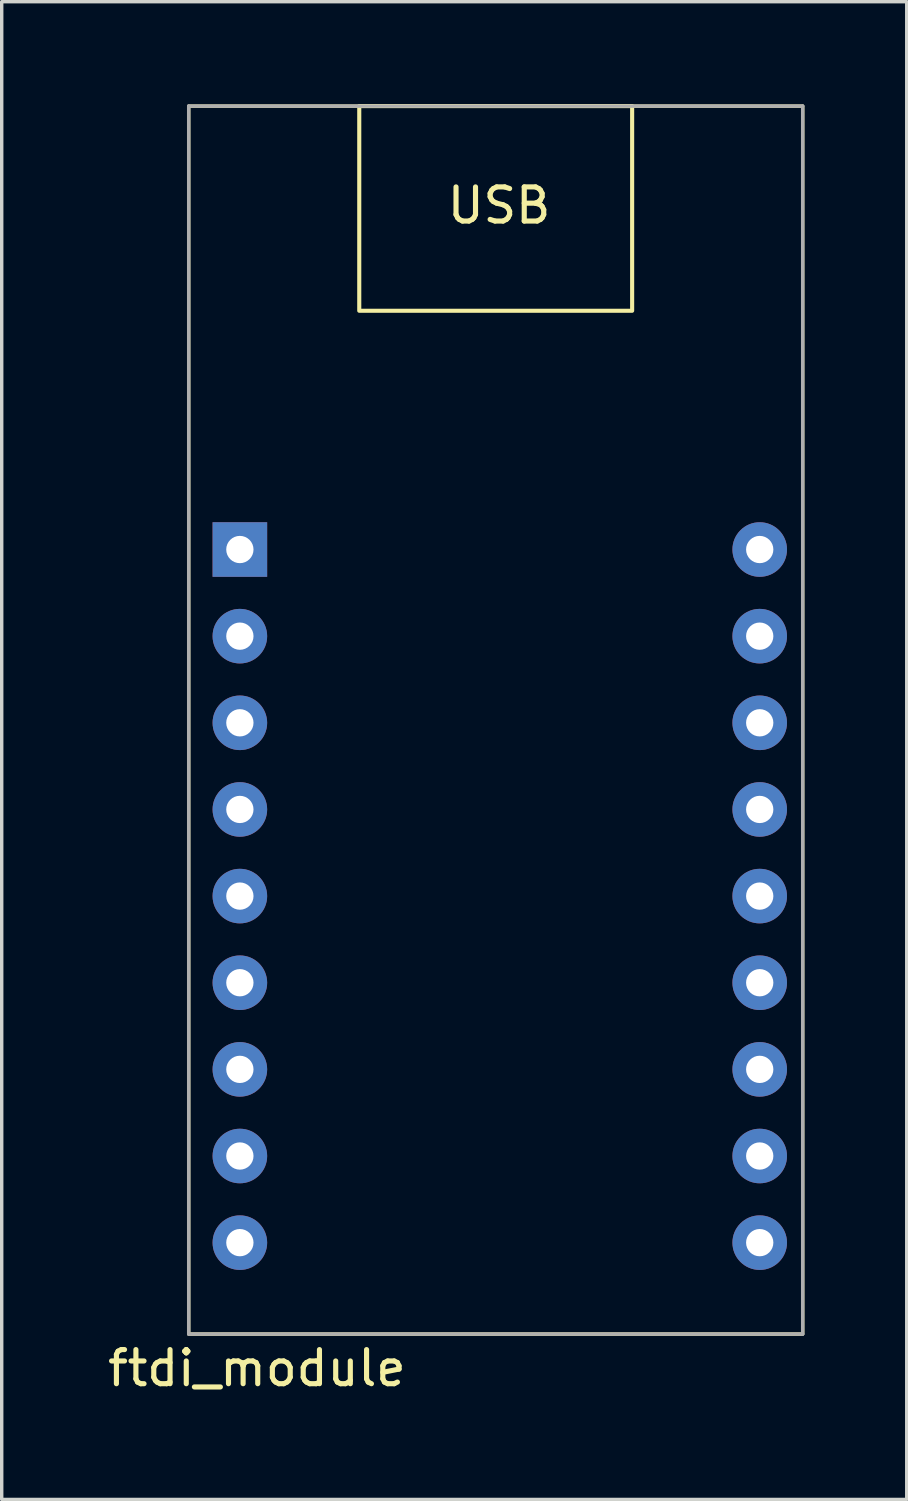
<source format=kicad_pcb>
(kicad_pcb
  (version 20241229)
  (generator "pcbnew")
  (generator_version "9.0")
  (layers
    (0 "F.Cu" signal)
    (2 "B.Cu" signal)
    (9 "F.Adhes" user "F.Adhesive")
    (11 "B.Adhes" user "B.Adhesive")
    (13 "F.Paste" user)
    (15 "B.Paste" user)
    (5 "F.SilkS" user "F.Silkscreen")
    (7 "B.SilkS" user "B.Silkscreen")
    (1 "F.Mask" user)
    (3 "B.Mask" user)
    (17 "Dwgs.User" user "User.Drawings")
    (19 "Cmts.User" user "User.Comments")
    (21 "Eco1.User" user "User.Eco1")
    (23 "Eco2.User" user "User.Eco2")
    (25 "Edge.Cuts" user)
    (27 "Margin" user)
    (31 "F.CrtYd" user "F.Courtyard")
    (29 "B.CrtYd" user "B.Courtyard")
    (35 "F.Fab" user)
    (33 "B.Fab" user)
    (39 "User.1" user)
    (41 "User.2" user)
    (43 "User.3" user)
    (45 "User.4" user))
  (footprint "ftdi_module"
    (layer "F.Cu")
    (at 3.982 13.06)
    (property "Reference" "ftdi_module" (at 0.5 24 0) (unlocked yes) (layer "F.SilkS") (effects (font (size 1 1) (thickness 0.15))))
    (attr through_hole)
    (fp_rect (start -1.5 -13) (end 16.5 23) (stroke (width 0.1) (type default)) (fill no) (layer "F.SilkS"))
    (fp_rect (start 3.5 -13) (end 11.5 -7) (stroke (width 0.12) (type default)) (fill no) (layer "F.SilkS"))
    (fp_line (start -1.5 -13) (end 16.5 -13) (stroke (width 0.1) (type default)) (layer "F.Fab"))
    (fp_line (start -1.5 23) (end -1.5 -13) (stroke (width 0.1) (type default)) (layer "F.Fab"))
    (fp_line (start 16.5 -13) (end 16.5 23) (stroke (width 0.1) (type default)) (layer "F.Fab"))
    (fp_line (start 16.5 23) (end -1.5 23) (stroke (width 0.1) (type default)) (layer "F.Fab"))
    (fp_text user "USB" (at 6 -9.5 0) (unlocked yes) (layer "F.SilkS") (effects (font (size 1 1) (thickness 0.15)) (justify left bottom)))
    (pad "1" thru_hole rect (at 0 0) (size 1.6 1.6) (drill 0.8) (layers "*.Cu" "*.Mask"))
    (pad "2" thru_hole oval (at 0 2.54) (size 1.6 1.6) (drill 0.8) (layers "*.Cu" "*.Mask"))
    (pad "3" thru_hole oval (at 0 5.08) (size 1.6 1.6) (drill 0.8) (layers "*.Cu" "*.Mask"))
    (pad "4" thru_hole oval (at 0 7.62) (size 1.6 1.6) (drill 0.8) (layers "*.Cu" "*.Mask"))
    (pad "5" thru_hole oval (at 0 10.16) (size 1.6 1.6) (drill 0.8) (layers "*.Cu" "*.Mask"))
    (pad "6" thru_hole oval (at 0 12.7) (size 1.6 1.6) (drill 0.8) (layers "*.Cu" "*.Mask"))
    (pad "7" thru_hole oval (at 0 15.24) (size 1.6 1.6) (drill 0.8) (layers "*.Cu" "*.Mask"))
    (pad "8" thru_hole oval (at 0 17.78) (size 1.6 1.6) (drill 0.8) (layers "*.Cu" "*.Mask"))
    (pad "9" thru_hole oval (at 0 20.32) (size 1.6 1.6) (drill 0.8) (layers "*.Cu" "*.Mask"))
    (pad "10" thru_hole oval (at 15.24 20.32) (size 1.6 1.6) (drill 0.8) (layers "*.Cu" "*.Mask"))
    (pad "11" thru_hole oval (at 15.24 17.78) (size 1.6 1.6) (drill 0.8) (layers "*.Cu" "*.Mask"))
    (pad "12" thru_hole oval (at 15.24 15.24) (size 1.6 1.6) (drill 0.8) (layers "*.Cu" "*.Mask"))
    (pad "13" thru_hole oval (at 15.24 12.7) (size 1.6 1.6) (drill 0.8) (layers "*.Cu" "*.Mask"))
    (pad "14" thru_hole oval (at 15.24 10.16) (size 1.6 1.6) (drill 0.8) (layers "*.Cu" "*.Mask"))
    (pad "15" thru_hole oval (at 15.24 7.62) (size 1.6 1.6) (drill 0.8) (layers "*.Cu" "*.Mask"))
    (pad "16" thru_hole oval (at 15.24 5.08) (size 1.6 1.6) (drill 0.8) (layers "*.Cu" "*.Mask"))
    (pad "17" thru_hole oval (at 15.24 2.54) (size 1.6 1.6) (drill 0.8) (layers "*.Cu" "*.Mask"))
    (pad "18" thru_hole oval (at 15.24 0) (size 1.6 1.6) (drill 0.8) (layers "*.Cu" "*.Mask")))
  (gr_rect
    (start -3 -3)
    (end 23.532 40.908)
    (stroke (width 0.1) (type default))
    (fill no)
    (layer "Edge.Cuts")))
</source>
